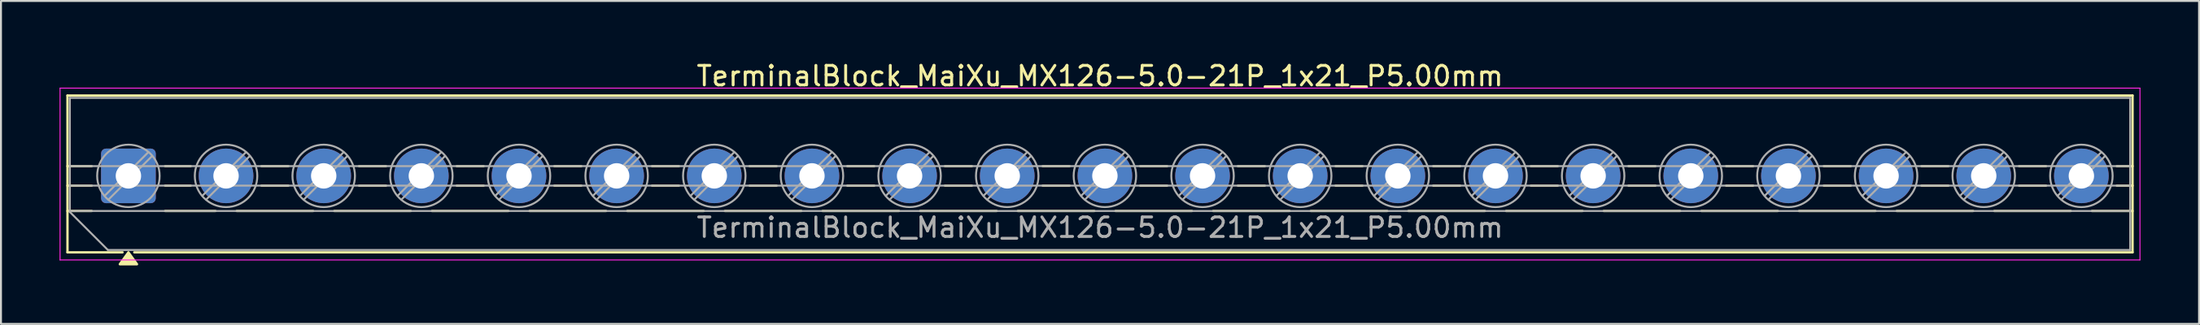
<source format=kicad_pcb>
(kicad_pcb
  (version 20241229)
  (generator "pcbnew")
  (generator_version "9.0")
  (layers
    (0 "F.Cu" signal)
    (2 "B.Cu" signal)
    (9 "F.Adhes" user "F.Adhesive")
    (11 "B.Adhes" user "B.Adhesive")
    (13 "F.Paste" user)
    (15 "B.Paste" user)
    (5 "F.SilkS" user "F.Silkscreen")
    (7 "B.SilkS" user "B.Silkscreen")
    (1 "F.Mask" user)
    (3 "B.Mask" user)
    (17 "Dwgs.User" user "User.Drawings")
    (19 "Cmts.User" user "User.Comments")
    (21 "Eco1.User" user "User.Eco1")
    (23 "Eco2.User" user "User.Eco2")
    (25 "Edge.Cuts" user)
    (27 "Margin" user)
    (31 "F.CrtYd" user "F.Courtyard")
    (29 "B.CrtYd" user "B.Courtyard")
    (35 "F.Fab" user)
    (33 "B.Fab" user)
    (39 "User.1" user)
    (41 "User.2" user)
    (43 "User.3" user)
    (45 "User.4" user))
  (footprint "TerminalBlock_MaiXu_MX126-5.0-21P_1x21_P5.00mm"
    (layer "F.Cu")
    (at 3.525 5.968)
    (property "Reference" "TerminalBlock_MaiXu_MX126-5.0-21P_1x21_P5.00mm" (at 49.75 -5.12 0) (layer "F.SilkS") (effects (font (size 1 1) (thickness 0.15))))
    (attr through_hole)
    (fp_line (start -3.12 -4.12) (end 102.62 -4.12) (stroke (width 0.12) (type solid)) (layer "F.SilkS"))
    (fp_line (start -3.12 -0.5) (end -1.88 -0.5) (stroke (width 0.12) (type solid)) (layer "F.SilkS"))
    (fp_line (start -3.12 0.5) (end -1.88 0.5) (stroke (width 0.12) (type solid)) (layer "F.SilkS"))
    (fp_line (start -3.12 1.8) (end -1.88 1.8) (stroke (width 0.12) (type solid)) (layer "F.SilkS"))
    (fp_line (start -3.12 3.92) (end -3.12 -4.12) (stroke (width 0.12) (type solid)) (layer "F.SilkS"))
    (fp_line (start -0.3 3.92) (end -3.12 3.92) (stroke (width 0.12) (type solid)) (layer "F.SilkS"))
    (fp_line (start 1.88 -0.5) (end 3.188 -0.5) (stroke (width 0.12) (type solid)) (layer "F.SilkS"))
    (fp_line (start 1.88 0.5) (end 3.188 0.5) (stroke (width 0.12) (type solid)) (layer "F.SilkS"))
    (fp_line (start 1.88 1.8) (end 4.457 1.8) (stroke (width 0.12) (type solid)) (layer "F.SilkS"))
    (fp_line (start 5.543 1.8) (end 9.457 1.8) (stroke (width 0.12) (type solid)) (layer "F.SilkS"))
    (fp_line (start 6.812 -0.5) (end 8.188 -0.5) (stroke (width 0.12) (type solid)) (layer "F.SilkS"))
    (fp_line (start 6.812 0.5) (end 8.188 0.5) (stroke (width 0.12) (type solid)) (layer "F.SilkS"))
    (fp_line (start 10.543 1.8) (end 14.457 1.8) (stroke (width 0.12) (type solid)) (layer "F.SilkS"))
    (fp_line (start 11.812 -0.5) (end 13.188 -0.5) (stroke (width 0.12) (type solid)) (layer "F.SilkS"))
    (fp_line (start 11.812 0.5) (end 13.188 0.5) (stroke (width 0.12) (type solid)) (layer "F.SilkS"))
    (fp_line (start 15.543 1.8) (end 19.457 1.8) (stroke (width 0.12) (type solid)) (layer "F.SilkS"))
    (fp_line (start 16.812 -0.5) (end 18.188 -0.5) (stroke (width 0.12) (type solid)) (layer "F.SilkS"))
    (fp_line (start 16.812 0.5) (end 18.188 0.5) (stroke (width 0.12) (type solid)) (layer "F.SilkS"))
    (fp_line (start 20.543 1.8) (end 24.457 1.8) (stroke (width 0.12) (type solid)) (layer "F.SilkS"))
    (fp_line (start 21.812 -0.5) (end 23.188 -0.5) (stroke (width 0.12) (type solid)) (layer "F.SilkS"))
    (fp_line (start 21.812 0.5) (end 23.188 0.5) (stroke (width 0.12) (type solid)) (layer "F.SilkS"))
    (fp_line (start 25.543 1.8) (end 29.457 1.8) (stroke (width 0.12) (type solid)) (layer "F.SilkS"))
    (fp_line (start 26.812 -0.5) (end 28.188 -0.5) (stroke (width 0.12) (type solid)) (layer "F.SilkS"))
    (fp_line (start 26.812 0.5) (end 28.188 0.5) (stroke (width 0.12) (type solid)) (layer "F.SilkS"))
    (fp_line (start 30.543 1.8) (end 34.457 1.8) (stroke (width 0.12) (type solid)) (layer "F.SilkS"))
    (fp_line (start 31.812 -0.5) (end 33.188 -0.5) (stroke (width 0.12) (type solid)) (layer "F.SilkS"))
    (fp_line (start 31.812 0.5) (end 33.188 0.5) (stroke (width 0.12) (type solid)) (layer "F.SilkS"))
    (fp_line (start 35.543 1.8) (end 39.457 1.8) (stroke (width 0.12) (type solid)) (layer "F.SilkS"))
    (fp_line (start 36.812 -0.5) (end 38.188 -0.5) (stroke (width 0.12) (type solid)) (layer "F.SilkS"))
    (fp_line (start 36.812 0.5) (end 38.188 0.5) (stroke (width 0.12) (type solid)) (layer "F.SilkS"))
    (fp_line (start 40.543 1.8) (end 44.457 1.8) (stroke (width 0.12) (type solid)) (layer "F.SilkS"))
    (fp_line (start 41.812 -0.5) (end 43.188 -0.5) (stroke (width 0.12) (type solid)) (layer "F.SilkS"))
    (fp_line (start 41.812 0.5) (end 43.188 0.5) (stroke (width 0.12) (type solid)) (layer "F.SilkS"))
    (fp_line (start 45.543 1.8) (end 49.457 1.8) (stroke (width 0.12) (type solid)) (layer "F.SilkS"))
    (fp_line (start 46.812 -0.5) (end 48.188 -0.5) (stroke (width 0.12) (type solid)) (layer "F.SilkS"))
    (fp_line (start 46.812 0.5) (end 48.188 0.5) (stroke (width 0.12) (type solid)) (layer "F.SilkS"))
    (fp_line (start 50.543 1.8) (end 54.457 1.8) (stroke (width 0.12) (type solid)) (layer "F.SilkS"))
    (fp_line (start 51.812 -0.5) (end 53.188 -0.5) (stroke (width 0.12) (type solid)) (layer "F.SilkS"))
    (fp_line (start 51.812 0.5) (end 53.188 0.5) (stroke (width 0.12) (type solid)) (layer "F.SilkS"))
    (fp_line (start 55.543 1.8) (end 59.457 1.8) (stroke (width 0.12) (type solid)) (layer "F.SilkS"))
    (fp_line (start 56.812 -0.5) (end 58.188 -0.5) (stroke (width 0.12) (type solid)) (layer "F.SilkS"))
    (fp_line (start 56.812 0.5) (end 58.188 0.5) (stroke (width 0.12) (type solid)) (layer "F.SilkS"))
    (fp_line (start 60.543 1.8) (end 64.457 1.8) (stroke (width 0.12) (type solid)) (layer "F.SilkS"))
    (fp_line (start 61.812 -0.5) (end 63.188 -0.5) (stroke (width 0.12) (type solid)) (layer "F.SilkS"))
    (fp_line (start 61.812 0.5) (end 63.188 0.5) (stroke (width 0.12) (type solid)) (layer "F.SilkS"))
    (fp_line (start 65.543 1.8) (end 69.457 1.8) (stroke (width 0.12) (type solid)) (layer "F.SilkS"))
    (fp_line (start 66.812 -0.5) (end 68.188 -0.5) (stroke (width 0.12) (type solid)) (layer "F.SilkS"))
    (fp_line (start 66.812 0.5) (end 68.188 0.5) (stroke (width 0.12) (type solid)) (layer "F.SilkS"))
    (fp_line (start 70.543 1.8) (end 74.457 1.8) (stroke (width 0.12) (type solid)) (layer "F.SilkS"))
    (fp_line (start 71.812 -0.5) (end 73.188 -0.5) (stroke (width 0.12) (type solid)) (layer "F.SilkS"))
    (fp_line (start 71.812 0.5) (end 73.188 0.5) (stroke (width 0.12) (type solid)) (layer "F.SilkS"))
    (fp_line (start 75.543 1.8) (end 79.457 1.8) (stroke (width 0.12) (type solid)) (layer "F.SilkS"))
    (fp_line (start 76.812 -0.5) (end 78.188 -0.5) (stroke (width 0.12) (type solid)) (layer "F.SilkS"))
    (fp_line (start 76.812 0.5) (end 78.188 0.5) (stroke (width 0.12) (type solid)) (layer "F.SilkS"))
    (fp_line (start 80.543 1.8) (end 84.457 1.8) (stroke (width 0.12) (type solid)) (layer "F.SilkS"))
    (fp_line (start 81.812 -0.5) (end 83.188 -0.5) (stroke (width 0.12) (type solid)) (layer "F.SilkS"))
    (fp_line (start 81.812 0.5) (end 83.188 0.5) (stroke (width 0.12) (type solid)) (layer "F.SilkS"))
    (fp_line (start 85.543 1.8) (end 89.457 1.8) (stroke (width 0.12) (type solid)) (layer "F.SilkS"))
    (fp_line (start 86.812 -0.5) (end 88.188 -0.5) (stroke (width 0.12) (type solid)) (layer "F.SilkS"))
    (fp_line (start 86.812 0.5) (end 88.188 0.5) (stroke (width 0.12) (type solid)) (layer "F.SilkS"))
    (fp_line (start 90.543 1.8) (end 94.457 1.8) (stroke (width 0.12) (type solid)) (layer "F.SilkS"))
    (fp_line (start 91.812 -0.5) (end 93.188 -0.5) (stroke (width 0.12) (type solid)) (layer "F.SilkS"))
    (fp_line (start 91.812 0.5) (end 93.188 0.5) (stroke (width 0.12) (type solid)) (layer "F.SilkS"))
    (fp_line (start 95.543 1.8) (end 99.457 1.8) (stroke (width 0.12) (type solid)) (layer "F.SilkS"))
    (fp_line (start 96.812 -0.5) (end 98.188 -0.5) (stroke (width 0.12) (type solid)) (layer "F.SilkS"))
    (fp_line (start 96.812 0.5) (end 98.188 0.5) (stroke (width 0.12) (type solid)) (layer "F.SilkS"))
    (fp_line (start 100.543 1.8) (end 102.62 1.8) (stroke (width 0.12) (type solid)) (layer "F.SilkS"))
    (fp_line (start 101.812 -0.5) (end 102.62 -0.5) (stroke (width 0.12) (type solid)) (layer "F.SilkS"))
    (fp_line (start 101.812 0.5) (end 102.62 0.5) (stroke (width 0.12) (type solid)) (layer "F.SilkS"))
    (fp_line (start 102.62 -4.12) (end 102.62 3.92) (stroke (width 0.12) (type solid)) (layer "F.SilkS"))
    (fp_line (start 102.62 3.92) (end 0.3 3.92) (stroke (width 0.12) (type solid)) (layer "F.SilkS"))
    (fp_poly (pts (xy 0 3.92) (xy 0.44 4.53) (xy -0.44 4.53)) (stroke (width 0.12) (type solid)) (fill yes) (layer "F.SilkS"))
    (fp_line (start -3.5 -4.5) (end -3.5 4.31) (stroke (width 0.05) (type solid)) (layer "F.CrtYd"))
    (fp_line (start -3.5 4.31) (end 103 4.31) (stroke (width 0.05) (type solid)) (layer "F.CrtYd"))
    (fp_line (start 103 -4.5) (end -3.5 -4.5) (stroke (width 0.05) (type solid)) (layer "F.CrtYd"))
    (fp_line (start 103 4.31) (end 103 -4.5) (stroke (width 0.05) (type solid)) (layer "F.CrtYd"))
    (fp_line (start -3 -4) (end 102.5 -4) (stroke (width 0.1) (type solid)) (layer "F.Fab"))
    (fp_line (start -3 -0.5) (end 102.5 -0.5) (stroke (width 0.1) (type solid)) (layer "F.Fab"))
    (fp_line (start -3 0.5) (end 102.5 0.5) (stroke (width 0.1) (type solid)) (layer "F.Fab"))
    (fp_line (start -3 1.8) (end 102.5 1.8) (stroke (width 0.1) (type solid)) (layer "F.Fab"))
    (fp_line (start -3 1.85) (end -3 -4) (stroke (width 0.1) (type solid)) (layer "F.Fab"))
    (fp_line (start -1.05 3.8) (end -3 1.85) (stroke (width 0.1) (type solid)) (layer "F.Fab"))
    (fp_line (start 1.018 -1.213) (end -1.213 1.018) (stroke (width 0.1) (type solid)) (layer "F.Fab"))
    (fp_line (start 1.213 -1.018) (end -1.018 1.213) (stroke (width 0.1) (type solid)) (layer "F.Fab"))
    (fp_line (start 6.018 -1.213) (end 3.787 1.018) (stroke (width 0.1) (type solid)) (layer "F.Fab"))
    (fp_line (start 6.213 -1.018) (end 3.982 1.213) (stroke (width 0.1) (type solid)) (layer "F.Fab"))
    (fp_line (start 11.018 -1.213) (end 8.787 1.018) (stroke (width 0.1) (type solid)) (layer "F.Fab"))
    (fp_line (start 11.213 -1.018) (end 8.982 1.213) (stroke (width 0.1) (type solid)) (layer "F.Fab"))
    (fp_line (start 16.018 -1.213) (end 13.787 1.018) (stroke (width 0.1) (type solid)) (layer "F.Fab"))
    (fp_line (start 16.213 -1.018) (end 13.982 1.213) (stroke (width 0.1) (type solid)) (layer "F.Fab"))
    (fp_line (start 21.018 -1.213) (end 18.787 1.018) (stroke (width 0.1) (type solid)) (layer "F.Fab"))
    (fp_line (start 21.213 -1.018) (end 18.982 1.213) (stroke (width 0.1) (type solid)) (layer "F.Fab"))
    (fp_line (start 26.018 -1.213) (end 23.787 1.018) (stroke (width 0.1) (type solid)) (layer "F.Fab"))
    (fp_line (start 26.213 -1.018) (end 23.982 1.213) (stroke (width 0.1) (type solid)) (layer "F.Fab"))
    (fp_line (start 31.018 -1.213) (end 28.787 1.018) (stroke (width 0.1) (type solid)) (layer "F.Fab"))
    (fp_line (start 31.213 -1.018) (end 28.982 1.213) (stroke (width 0.1) (type solid)) (layer "F.Fab"))
    (fp_line (start 36.018 -1.213) (end 33.787 1.018) (stroke (width 0.1) (type solid)) (layer "F.Fab"))
    (fp_line (start 36.213 -1.018) (end 33.982 1.213) (stroke (width 0.1) (type solid)) (layer "F.Fab"))
    (fp_line (start 41.018 -1.213) (end 38.787 1.018) (stroke (width 0.1) (type solid)) (layer "F.Fab"))
    (fp_line (start 41.213 -1.018) (end 38.982 1.213) (stroke (width 0.1) (type solid)) (layer "F.Fab"))
    (fp_line (start 46.018 -1.213) (end 43.787 1.018) (stroke (width 0.1) (type solid)) (layer "F.Fab"))
    (fp_line (start 46.213 -1.018) (end 43.982 1.213) (stroke (width 0.1) (type solid)) (layer "F.Fab"))
    (fp_line (start 51.018 -1.213) (end 48.787 1.018) (stroke (width 0.1) (type solid)) (layer "F.Fab"))
    (fp_line (start 51.213 -1.018) (end 48.982 1.213) (stroke (width 0.1) (type solid)) (layer "F.Fab"))
    (fp_line (start 56.018 -1.213) (end 53.787 1.018) (stroke (width 0.1) (type solid)) (layer "F.Fab"))
    (fp_line (start 56.213 -1.018) (end 53.982 1.213) (stroke (width 0.1) (type solid)) (layer "F.Fab"))
    (fp_line (start 61.018 -1.213) (end 58.787 1.018) (stroke (width 0.1) (type solid)) (layer "F.Fab"))
    (fp_line (start 61.213 -1.018) (end 58.982 1.213) (stroke (width 0.1) (type solid)) (layer "F.Fab"))
    (fp_line (start 66.018 -1.213) (end 63.787 1.018) (stroke (width 0.1) (type solid)) (layer "F.Fab"))
    (fp_line (start 66.213 -1.018) (end 63.982 1.213) (stroke (width 0.1) (type solid)) (layer "F.Fab"))
    (fp_line (start 71.018 -1.213) (end 68.787 1.018) (stroke (width 0.1) (type solid)) (layer "F.Fab"))
    (fp_line (start 71.213 -1.018) (end 68.982 1.213) (stroke (width 0.1) (type solid)) (layer "F.Fab"))
    (fp_line (start 76.018 -1.213) (end 73.787 1.018) (stroke (width 0.1) (type solid)) (layer "F.Fab"))
    (fp_line (start 76.213 -1.018) (end 73.982 1.213) (stroke (width 0.1) (type solid)) (layer "F.Fab"))
    (fp_line (start 81.018 -1.213) (end 78.787 1.018) (stroke (width 0.1) (type solid)) (layer "F.Fab"))
    (fp_line (start 81.213 -1.018) (end 78.982 1.213) (stroke (width 0.1) (type solid)) (layer "F.Fab"))
    (fp_line (start 86.018 -1.213) (end 83.787 1.018) (stroke (width 0.1) (type solid)) (layer "F.Fab"))
    (fp_line (start 86.213 -1.018) (end 83.982 1.213) (stroke (width 0.1) (type solid)) (layer "F.Fab"))
    (fp_line (start 91.018 -1.213) (end 88.787 1.018) (stroke (width 0.1) (type solid)) (layer "F.Fab"))
    (fp_line (start 91.213 -1.018) (end 88.982 1.213) (stroke (width 0.1) (type solid)) (layer "F.Fab"))
    (fp_line (start 96.018 -1.213) (end 93.787 1.018) (stroke (width 0.1) (type solid)) (layer "F.Fab"))
    (fp_line (start 96.213 -1.018) (end 93.982 1.213) (stroke (width 0.1) (type solid)) (layer "F.Fab"))
    (fp_line (start 101.018 -1.213) (end 98.787 1.018) (stroke (width 0.1) (type solid)) (layer "F.Fab"))
    (fp_line (start 101.213 -1.018) (end 98.982 1.213) (stroke (width 0.1) (type solid)) (layer "F.Fab"))
    (fp_line (start 102.5 -4) (end 102.5 3.8) (stroke (width 0.1) (type solid)) (layer "F.Fab"))
    (fp_line (start 102.5 3.8) (end -1.05 3.8) (stroke (width 0.1) (type solid)) (layer "F.Fab"))
    (fp_circle (center 0 0) (end 1.6 0) (stroke (width 0.1) (type solid)) (fill no) (layer "F.Fab"))
    (fp_circle (center 5 0) (end 6.6 0) (stroke (width 0.1) (type solid)) (fill no) (layer "F.Fab"))
    (fp_circle (center 10 0) (end 11.6 0) (stroke (width 0.1) (type solid)) (fill no) (layer "F.Fab"))
    (fp_circle (center 15 0) (end 16.6 0) (stroke (width 0.1) (type solid)) (fill no) (layer "F.Fab"))
    (fp_circle (center 20 0) (end 21.6 0) (stroke (width 0.1) (type solid)) (fill no) (layer "F.Fab"))
    (fp_circle (center 25 0) (end 26.6 0) (stroke (width 0.1) (type solid)) (fill no) (layer "F.Fab"))
    (fp_circle (center 30 0) (end 31.6 0) (stroke (width 0.1) (type solid)) (fill no) (layer "F.Fab"))
    (fp_circle (center 35 0) (end 36.6 0) (stroke (width 0.1) (type solid)) (fill no) (layer "F.Fab"))
    (fp_circle (center 40 0) (end 41.6 0) (stroke (width 0.1) (type solid)) (fill no) (layer "F.Fab"))
    (fp_circle (center 45 0) (end 46.6 0) (stroke (width 0.1) (type solid)) (fill no) (layer "F.Fab"))
    (fp_circle (center 50 0) (end 51.6 0) (stroke (width 0.1) (type solid)) (fill no) (layer "F.Fab"))
    (fp_circle (center 55 0) (end 56.6 0) (stroke (width 0.1) (type solid)) (fill no) (layer "F.Fab"))
    (fp_circle (center 60 0) (end 61.6 0) (stroke (width 0.1) (type solid)) (fill no) (layer "F.Fab"))
    (fp_circle (center 65 0) (end 66.6 0) (stroke (width 0.1) (type solid)) (fill no) (layer "F.Fab"))
    (fp_circle (center 70 0) (end 71.6 0) (stroke (width 0.1) (type solid)) (fill no) (layer "F.Fab"))
    (fp_circle (center 75 0) (end 76.6 0) (stroke (width 0.1) (type solid)) (fill no) (layer "F.Fab"))
    (fp_circle (center 80 0) (end 81.6 0) (stroke (width 0.1) (type solid)) (fill no) (layer "F.Fab"))
    (fp_circle (center 85 0) (end 86.6 0) (stroke (width 0.1) (type solid)) (fill no) (layer "F.Fab"))
    (fp_circle (center 90 0) (end 91.6 0) (stroke (width 0.1) (type solid)) (fill no) (layer "F.Fab"))
    (fp_circle (center 95 0) (end 96.6 0) (stroke (width 0.1) (type solid)) (fill no) (layer "F.Fab"))
    (fp_circle (center 100 0) (end 101.6 0) (stroke (width 0.1) (type solid)) (fill no) (layer "F.Fab"))
    (fp_text user "${REFERENCE}" (at 49.75 2.65 0) (layer "F.Fab") (effects (font (size 1 1) (thickness 0.15))))
    (pad "1" thru_hole roundrect (at 0 0) (size 2.8 2.8) (drill 1.3) (layers "*.Cu" "*.Mask") (roundrect_rratio 0.089))
    (pad "2" thru_hole circle (at 5 0) (size 2.8 2.8) (drill 1.3) (layers "*.Cu" "*.Mask"))
    (pad "3" thru_hole circle (at 10 0) (size 2.8 2.8) (drill 1.3) (layers "*.Cu" "*.Mask"))
    (pad "4" thru_hole circle (at 15 0) (size 2.8 2.8) (drill 1.3) (layers "*.Cu" "*.Mask"))
    (pad "5" thru_hole circle (at 20 0) (size 2.8 2.8) (drill 1.3) (layers "*.Cu" "*.Mask"))
    (pad "6" thru_hole circle (at 25 0) (size 2.8 2.8) (drill 1.3) (layers "*.Cu" "*.Mask"))
    (pad "7" thru_hole circle (at 30 0) (size 2.8 2.8) (drill 1.3) (layers "*.Cu" "*.Mask"))
    (pad "8" thru_hole circle (at 35 0) (size 2.8 2.8) (drill 1.3) (layers "*.Cu" "*.Mask"))
    (pad "9" thru_hole circle (at 40 0) (size 2.8 2.8) (drill 1.3) (layers "*.Cu" "*.Mask"))
    (pad "10" thru_hole circle (at 45 0) (size 2.8 2.8) (drill 1.3) (layers "*.Cu" "*.Mask"))
    (pad "11" thru_hole circle (at 50 0) (size 2.8 2.8) (drill 1.3) (layers "*.Cu" "*.Mask"))
    (pad "12" thru_hole circle (at 55 0) (size 2.8 2.8) (drill 1.3) (layers "*.Cu" "*.Mask"))
    (pad "13" thru_hole circle (at 60 0) (size 2.8 2.8) (drill 1.3) (layers "*.Cu" "*.Mask"))
    (pad "14" thru_hole circle (at 65 0) (size 2.8 2.8) (drill 1.3) (layers "*.Cu" "*.Mask"))
    (pad "15" thru_hole circle (at 70 0) (size 2.8 2.8) (drill 1.3) (layers "*.Cu" "*.Mask"))
    (pad "16" thru_hole circle (at 75 0) (size 2.8 2.8) (drill 1.3) (layers "*.Cu" "*.Mask"))
    (pad "17" thru_hole circle (at 80 0) (size 2.8 2.8) (drill 1.3) (layers "*.Cu" "*.Mask"))
    (pad "18" thru_hole circle (at 85 0) (size 2.8 2.8) (drill 1.3) (layers "*.Cu" "*.Mask"))
    (pad "19" thru_hole circle (at 90 0) (size 2.8 2.8) (drill 1.3) (layers "*.Cu" "*.Mask"))
    (pad "20" thru_hole circle (at 95 0) (size 2.8 2.8) (drill 1.3) (layers "*.Cu" "*.Mask"))
    (pad "21" thru_hole circle (at 100 0) (size 2.8 2.8) (drill 1.3) (layers "*.Cu" "*.Mask")))
  (gr_rect
    (start -3 -3)
    (end 109.55 13.558)
    (stroke (width 0.1) (type default))
    (fill no)
    (layer "Edge.Cuts")))
</source>
